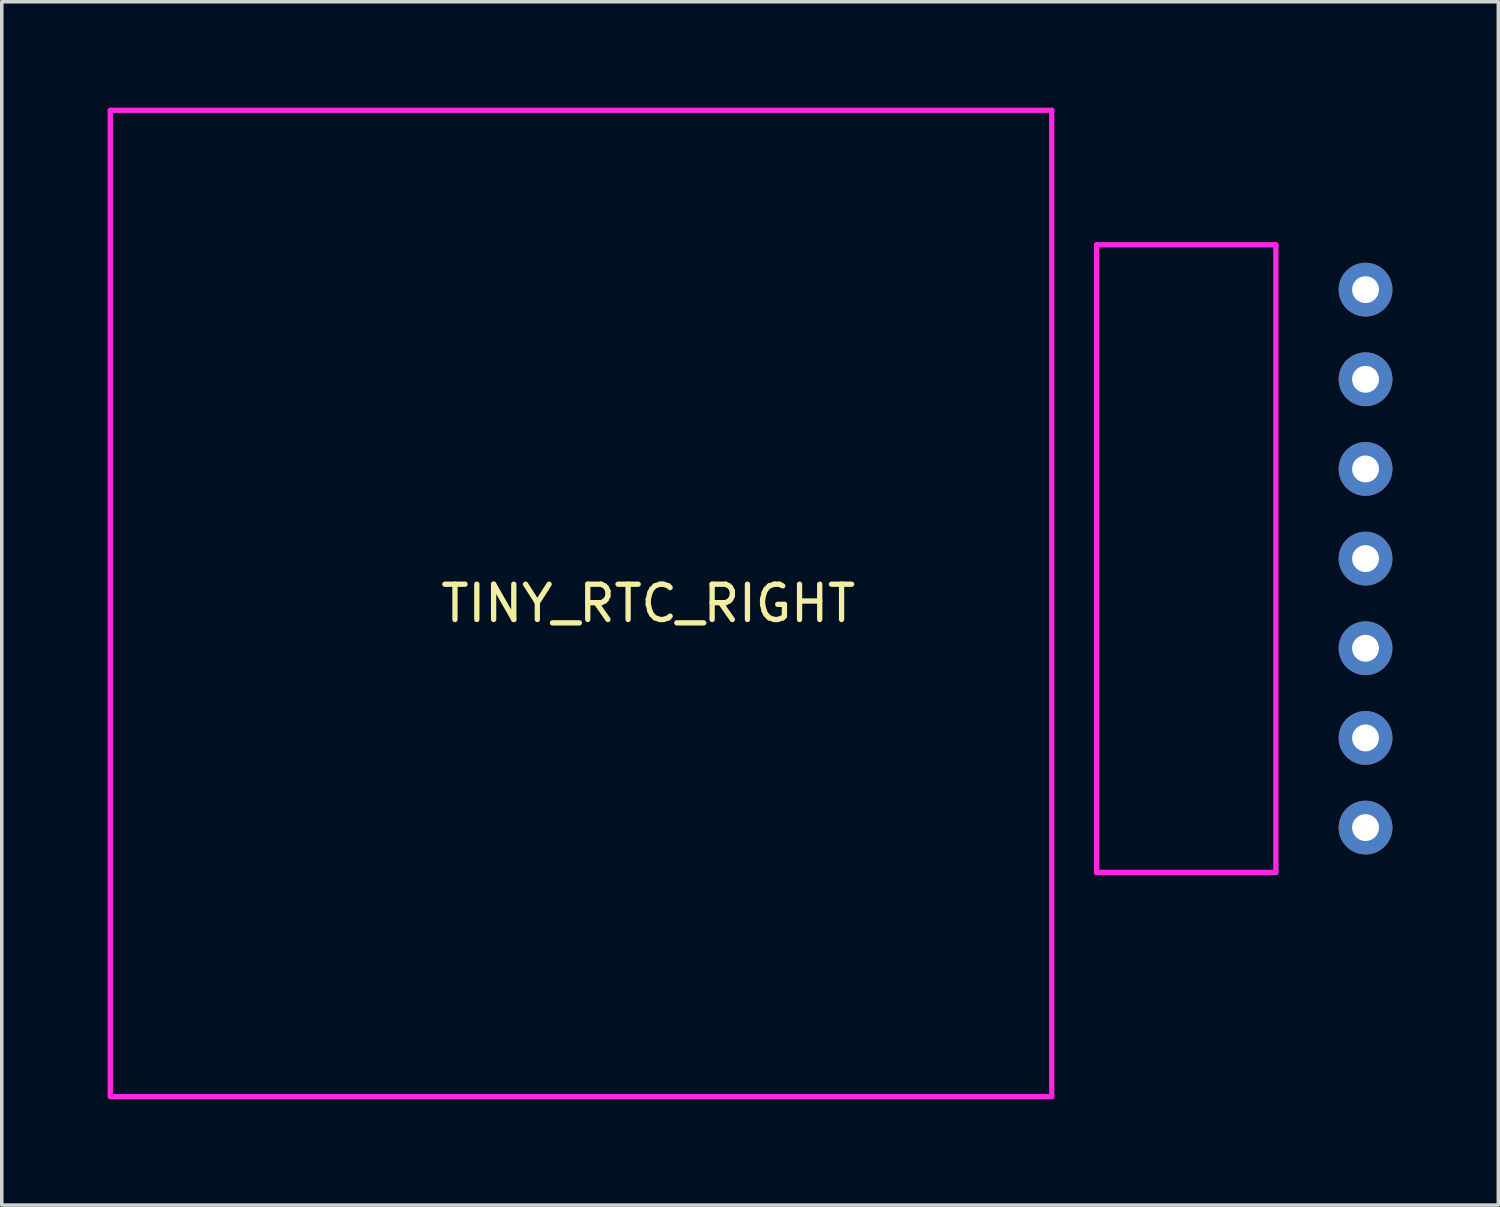
<source format=kicad_pcb>
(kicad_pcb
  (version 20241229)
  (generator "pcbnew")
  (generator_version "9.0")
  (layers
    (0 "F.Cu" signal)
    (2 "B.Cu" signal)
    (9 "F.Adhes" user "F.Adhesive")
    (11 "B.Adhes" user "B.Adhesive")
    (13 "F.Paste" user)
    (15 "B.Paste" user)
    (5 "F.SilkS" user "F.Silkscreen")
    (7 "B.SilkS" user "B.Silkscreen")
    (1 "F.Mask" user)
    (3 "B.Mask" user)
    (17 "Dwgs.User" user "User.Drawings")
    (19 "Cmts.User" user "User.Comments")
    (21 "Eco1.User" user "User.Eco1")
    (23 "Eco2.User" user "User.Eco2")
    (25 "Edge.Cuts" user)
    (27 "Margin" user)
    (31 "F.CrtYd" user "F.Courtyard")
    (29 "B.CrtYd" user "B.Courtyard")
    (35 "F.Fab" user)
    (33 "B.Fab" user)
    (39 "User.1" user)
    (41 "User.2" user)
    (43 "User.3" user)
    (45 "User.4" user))
  (footprint "TINY_RTC_RIGHT"
    (layer "F.Cu")
    (at 15.315 12.775)
    (property "Reference" "TINY_RTC_RIGHT" (at 0 1.27 0) (layer "F.SilkS") (effects (font (size 1 1) (thickness 0.15))))
    (attr through_hole)
    (fp_line (start -15.24 -12.7) (end -15.24 15.24) (stroke (width 0.15) (type solid)) (layer "F.CrtYd"))
    (fp_line (start -15.24 -12.7) (end 11.43 -12.7) (stroke (width 0.15) (type solid)) (layer "F.CrtYd"))
    (fp_line (start -15.24 15.24) (end 11.43 15.24) (stroke (width 0.15) (type solid)) (layer "F.CrtYd"))
    (fp_line (start 11.43 15.24) (end 11.43 -12.7) (stroke (width 0.15) (type solid)) (layer "F.CrtYd"))
    (fp_line (start 12.7 -8.89) (end 12.7 8.89) (stroke (width 0.15) (type solid)) (layer "F.CrtYd"))
    (fp_line (start 12.7 8.89) (end 17.78 8.89) (stroke (width 0.15) (type solid)) (layer "F.CrtYd"))
    (fp_line (start 17.78 -8.89) (end 12.7 -8.89) (stroke (width 0.15) (type solid)) (layer "F.CrtYd"))
    (fp_line (start 17.78 8.89) (end 17.78 -8.89) (stroke (width 0.15) (type solid)) (layer "F.CrtYd"))
    (pad "1" thru_hole circle (at 20.32 -7.62) (size 1.524 1.524) (drill 0.762) (layers "*.Cu" "*.Mask"))
    (pad "2" thru_hole circle (at 20.32 -5.08) (size 1.524 1.524) (drill 0.762) (layers "*.Cu" "*.Mask"))
    (pad "3" thru_hole circle (at 20.32 -2.54) (size 1.524 1.524) (drill 0.762) (layers "*.Cu" "*.Mask"))
    (pad "4" thru_hole circle (at 20.32 0) (size 1.524 1.524) (drill 0.762) (layers "*.Cu" "*.Mask"))
    (pad "5" thru_hole circle (at 20.32 2.54) (size 1.524 1.524) (drill 0.762) (layers "*.Cu" "*.Mask"))
    (pad "6" thru_hole circle (at 20.32 5.08) (size 1.524 1.524) (drill 0.762) (layers "*.Cu" "*.Mask"))
    (pad "7" thru_hole circle (at 20.32 7.62) (size 1.524 1.524) (drill 0.762) (layers "*.Cu" "*.Mask")))
  (gr_rect
    (start -3 -3)
    (end 39.397 31.09)
    (stroke (width 0.1) (type default))
    (fill no)
    (layer "Edge.Cuts")))
</source>
